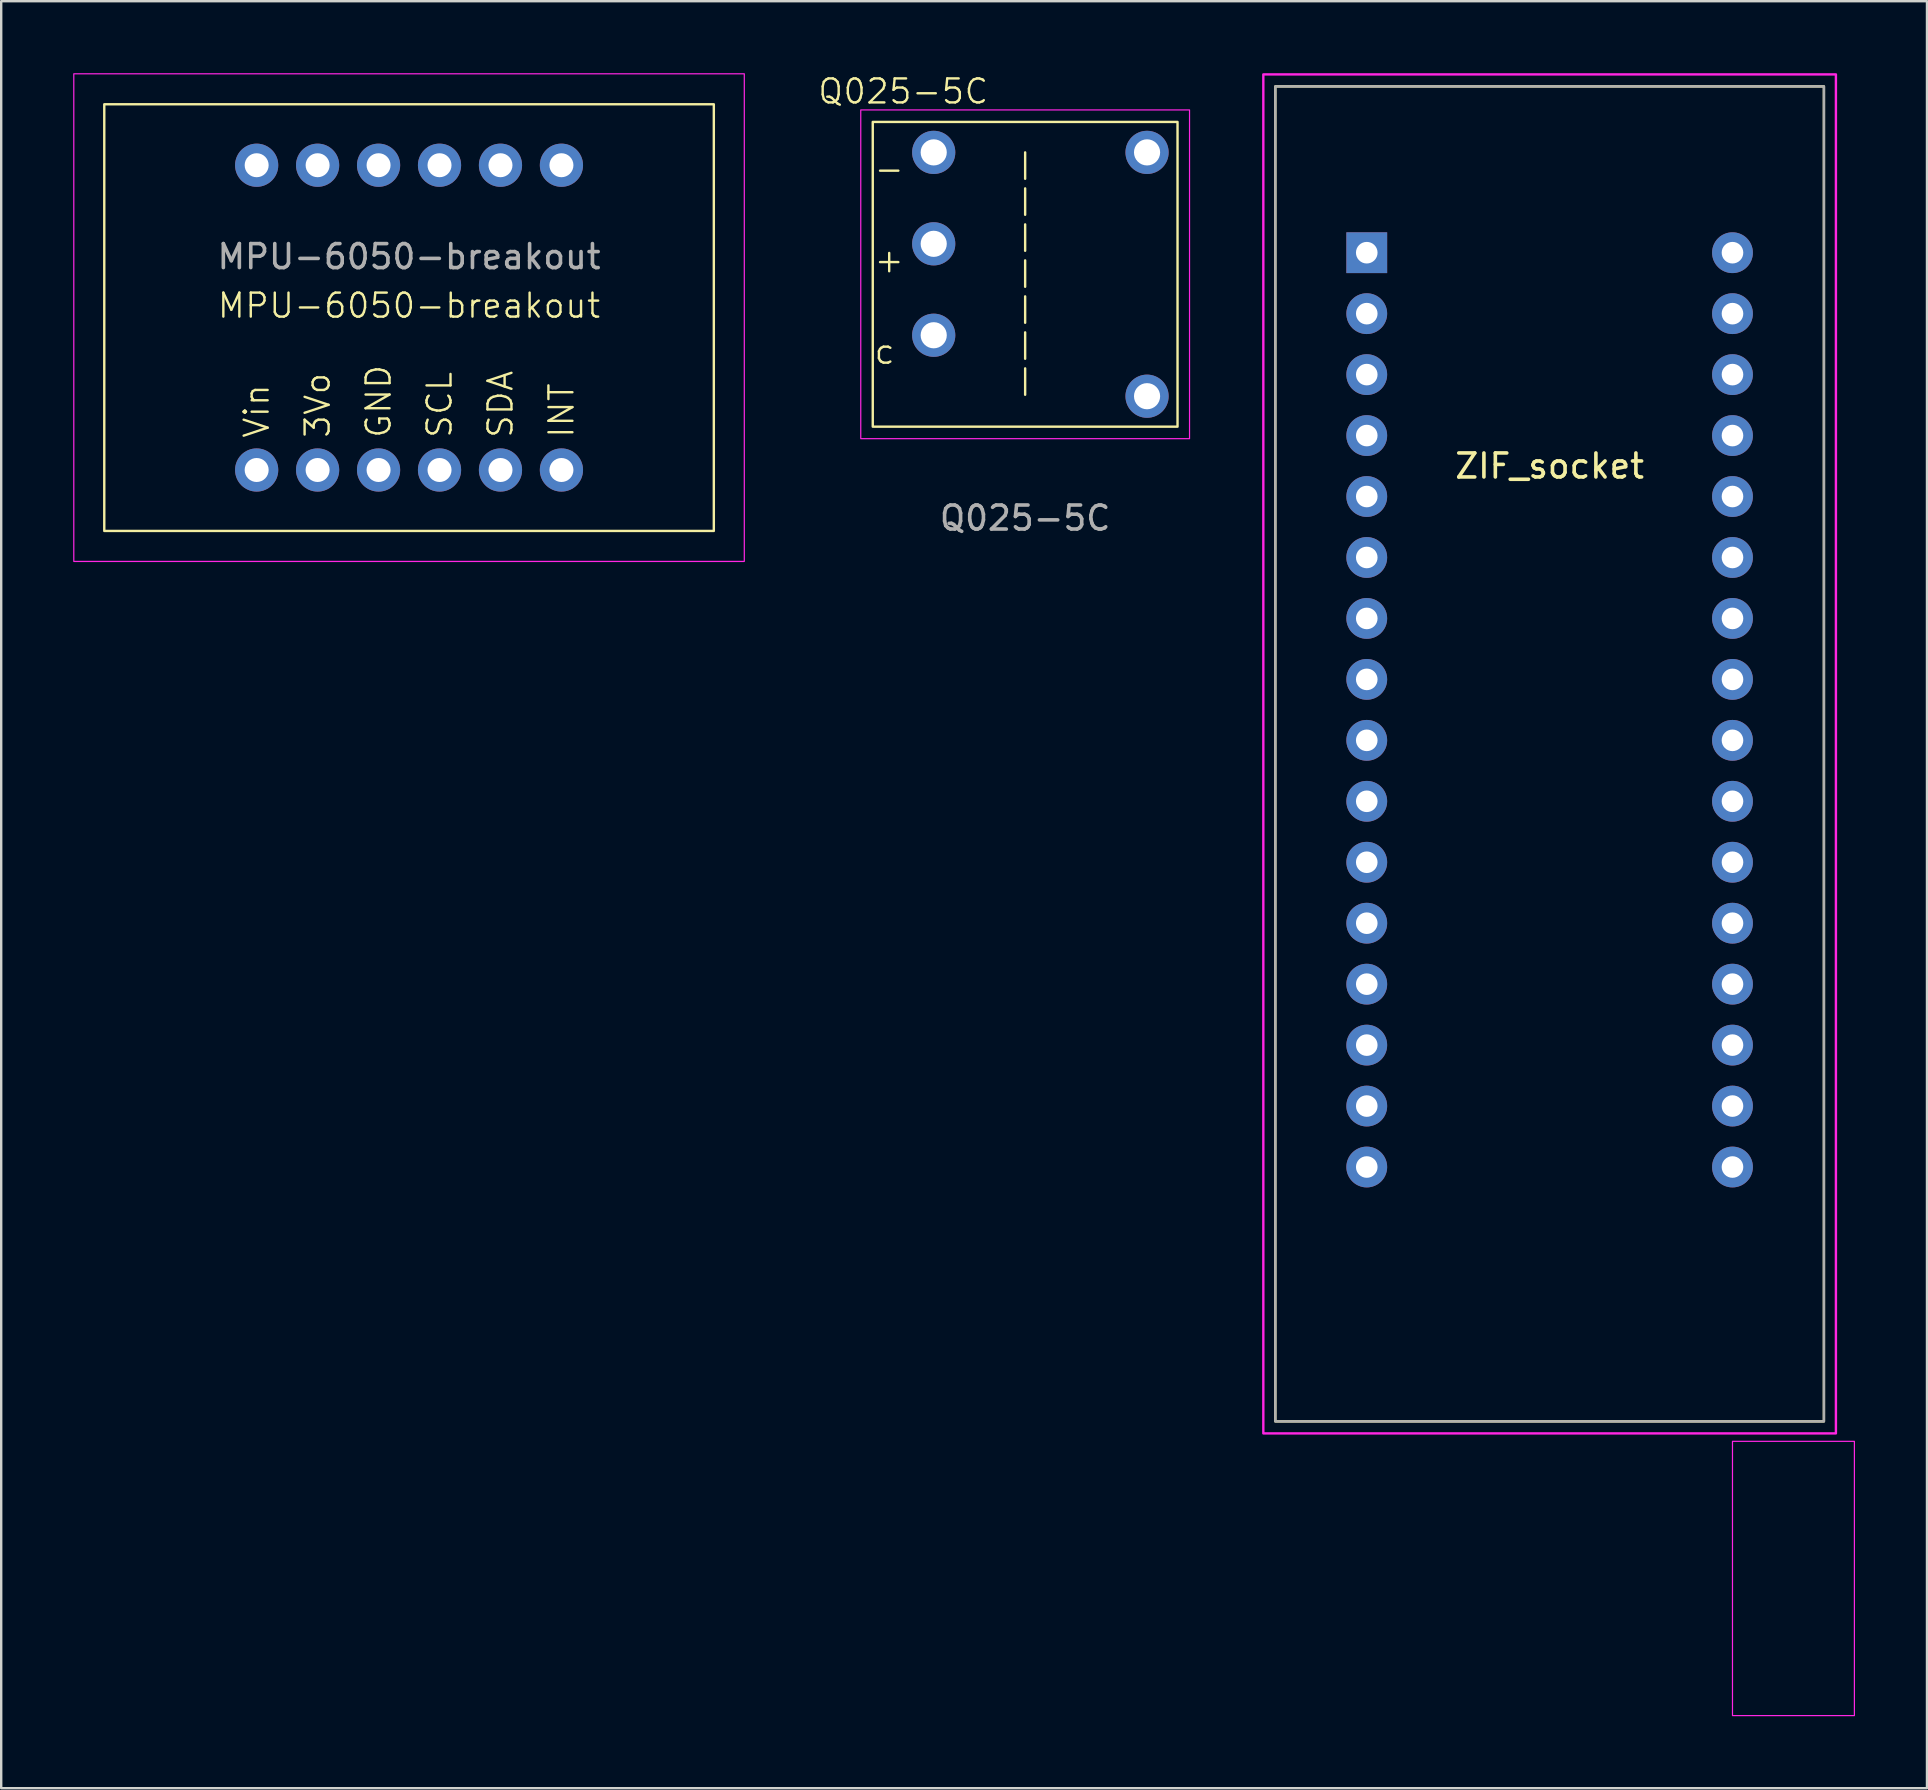
<source format=kicad_pcb>
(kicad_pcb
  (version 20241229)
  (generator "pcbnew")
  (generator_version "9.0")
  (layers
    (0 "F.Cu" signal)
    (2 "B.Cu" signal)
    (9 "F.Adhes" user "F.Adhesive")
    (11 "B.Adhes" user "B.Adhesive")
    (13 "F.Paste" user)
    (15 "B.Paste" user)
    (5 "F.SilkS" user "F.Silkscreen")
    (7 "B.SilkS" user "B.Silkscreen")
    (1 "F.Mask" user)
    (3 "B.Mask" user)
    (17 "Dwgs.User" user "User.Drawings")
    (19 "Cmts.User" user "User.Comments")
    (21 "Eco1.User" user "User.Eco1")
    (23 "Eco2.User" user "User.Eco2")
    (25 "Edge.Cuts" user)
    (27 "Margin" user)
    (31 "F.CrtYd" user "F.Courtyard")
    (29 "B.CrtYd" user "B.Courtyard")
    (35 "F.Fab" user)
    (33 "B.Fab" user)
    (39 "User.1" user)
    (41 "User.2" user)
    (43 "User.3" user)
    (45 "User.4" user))
  (footprint "ZIF_socket"
    (layer "F.Cu")
    (at 61.523 26.53)
    (property "Reference" "ZIF_socket" (at 0 -10.16 0) (layer "F.SilkS") (effects (font (size 1 1) (thickness 0.15))))
    (attr through_hole)
    (fp_rect (start -11.43 -25.98) (end 11.43 29.65) (stroke (width 0.1) (type default)) (fill no) (layer "F.SilkS"))
    (fp_rect (start -11.93 -26.48) (end 11.93 30.15) (stroke (width 0.1) (type default)) (fill no) (layer "F.CrtYd"))
    (fp_rect (start 7.62 30.48) (end 12.7 41.91) (stroke (width 0.05) (type default)) (fill no) (layer "F.CrtYd"))
    (fp_rect (start -11.43 -25.98) (end 11.43 29.65) (stroke (width 0.1) (type default)) (fill no) (layer "F.Fab"))
    (pad "1" thru_hole rect (at -7.62 -19.05) (size 1.7 1.7) (drill 0.9) (layers "*.Cu" "*.Mask"))
    (pad "2" thru_hole circle (at -7.62 -16.51) (size 1.7 1.7) (drill 0.9) (layers "*.Cu" "*.Mask"))
    (pad "3" thru_hole circle (at -7.62 -13.97) (size 1.7 1.7) (drill 0.9) (layers "*.Cu" "*.Mask"))
    (pad "4" thru_hole circle (at -7.62 -11.43) (size 1.7 1.7) (drill 0.9) (layers "*.Cu" "*.Mask"))
    (pad "5" thru_hole circle (at -7.62 -8.89) (size 1.7 1.7) (drill 0.9) (layers "*.Cu" "*.Mask"))
    (pad "6" thru_hole circle (at -7.62 -6.35) (size 1.7 1.7) (drill 0.9) (layers "*.Cu" "*.Mask"))
    (pad "7" thru_hole circle (at -7.62 -3.81) (size 1.7 1.7) (drill 0.9) (layers "*.Cu" "*.Mask"))
    (pad "8" thru_hole circle (at -7.62 -1.27) (size 1.7 1.7) (drill 0.9) (layers "*.Cu" "*.Mask"))
    (pad "9" thru_hole circle (at -7.62 1.27) (size 1.7 1.7) (drill 0.9) (layers "*.Cu" "*.Mask"))
    (pad "10" thru_hole circle (at -7.62 3.81) (size 1.7 1.7) (drill 0.9) (layers "*.Cu" "*.Mask"))
    (pad "11" thru_hole circle (at -7.62 6.35) (size 1.7 1.7) (drill 0.9) (layers "*.Cu" "*.Mask"))
    (pad "12" thru_hole circle (at -7.62 8.89) (size 1.7 1.7) (drill 0.9) (layers "*.Cu" "*.Mask"))
    (pad "13" thru_hole circle (at -7.62 11.43) (size 1.7 1.7) (drill 0.9) (layers "*.Cu" "*.Mask"))
    (pad "14" thru_hole circle (at -7.62 13.97) (size 1.7 1.7) (drill 0.9) (layers "*.Cu" "*.Mask"))
    (pad "15" thru_hole circle (at -7.62 16.51) (size 1.7 1.7) (drill 0.9) (layers "*.Cu" "*.Mask"))
    (pad "16" thru_hole circle (at -7.62 19.05) (size 1.7 1.7) (drill 0.9) (layers "*.Cu" "*.Mask"))
    (pad "17" thru_hole circle (at 7.62 19.05) (size 1.7 1.7) (drill 0.9) (layers "*.Cu" "*.Mask"))
    (pad "18" thru_hole circle (at 7.62 16.51) (size 1.7 1.7) (drill 0.9) (layers "*.Cu" "*.Mask"))
    (pad "19" thru_hole circle (at 7.62 13.97) (size 1.7 1.7) (drill 0.9) (layers "*.Cu" "*.Mask"))
    (pad "20" thru_hole circle (at 7.62 11.43) (size 1.7 1.7) (drill 0.9) (layers "*.Cu" "*.Mask"))
    (pad "21" thru_hole circle (at 7.62 8.89) (size 1.7 1.7) (drill 0.9) (layers "*.Cu" "*.Mask"))
    (pad "22" thru_hole circle (at 7.62 6.35) (size 1.7 1.7) (drill 0.9) (layers "*.Cu" "*.Mask"))
    (pad "23" thru_hole circle (at 7.62 3.81) (size 1.7 1.7) (drill 0.9) (layers "*.Cu" "*.Mask"))
    (pad "24" thru_hole circle (at 7.62 1.27) (size 1.7 1.7) (drill 0.9) (layers "*.Cu" "*.Mask"))
    (pad "25" thru_hole circle (at 7.62 -1.27) (size 1.7 1.7) (drill 0.9) (layers "*.Cu" "*.Mask"))
    (pad "26" thru_hole circle (at 7.62 -3.81) (size 1.7 1.7) (drill 0.9) (layers "*.Cu" "*.Mask"))
    (pad "27" thru_hole circle (at 7.62 -6.35) (size 1.7 1.7) (drill 0.9) (layers "*.Cu" "*.Mask"))
    (pad "28" thru_hole circle (at 7.62 -8.89) (size 1.7 1.7) (drill 0.9) (layers "*.Cu" "*.Mask"))
    (pad "29" thru_hole circle (at 7.62 -11.43) (size 1.7 1.7) (drill 0.9) (layers "*.Cu" "*.Mask"))
    (pad "30" thru_hole circle (at 7.62 -13.97) (size 1.7 1.7) (drill 0.9) (layers "*.Cu" "*.Mask"))
    (pad "31" thru_hole circle (at 7.62 -16.51) (size 1.7 1.7) (drill 0.9) (layers "*.Cu" "*.Mask"))
    (pad "32" thru_hole circle (at 7.62 -19.05) (size 1.7 1.7) (drill 0.9) (layers "*.Cu" "*.Mask")))
  (footprint "Q025-5C"
    (layer "F.Cu")
    (at 39.668 8.38)
    (property "Reference" "Q025-5C" (at -5.08 -7.62 0) (unlocked yes) (layer "F.SilkS") (effects (font (size 1 1) (thickness 0.1))))
    (attr through_hole)
    (fp_line (start 0 -5.08) (end 0 5.08) (stroke (width 0.1) (type dash)) (layer "F.SilkS"))
    (fp_rect (start -6.35 -6.35) (end 6.35 6.35) (stroke (width 0.1) (type default)) (fill no) (layer "F.SilkS"))
    (fp_rect (start -6.85 -6.85) (end 6.85 6.85) (stroke (width 0.05) (type default)) (fill no) (layer "F.CrtYd"))
    (fp_text user "-" (at -6.35 -3.81 0) (unlocked yes) (layer "F.SilkS") (effects (font (size 1 1) (thickness 0.1)) (justify left bottom)))
    (fp_text user "+" (at -6.35 0 0) (unlocked yes) (layer "F.SilkS") (effects (font (size 1 1) (thickness 0.1)) (justify left bottom)))
    (fp_text user "c" (at -6.35 3.81 0) (unlocked yes) (layer "F.SilkS") (effects (font (size 1 1) (thickness 0.1)) (justify left bottom)))
    (fp_text user "${REFERENCE}" (at 0 10.16 0) (unlocked yes) (layer "F.Fab") (effects (font (size 1 1) (thickness 0.15))))
    (pad "1" thru_hole circle (at -3.81 -5.08) (size 1.8 1.8) (drill 1.09) (layers "*.Cu" "*.Mask"))
    (pad "2" thru_hole circle (at -3.81 -1.27) (size 1.8 1.8) (drill 1.09) (layers "*.Cu" "*.Mask"))
    (pad "3" thru_hole circle (at 5.08 -5.08) (size 1.8 1.8) (drill 1.09) (layers "*.Cu" "*.Mask"))
    (pad "4" thru_hole circle (at 5.08 5.08) (size 1.8 1.8) (drill 1.09) (layers "*.Cu" "*.Mask"))
    (pad "6" thru_hole circle (at -3.81 2.54) (size 1.8 1.8) (drill 1.09) (layers "*.Cu" "*.Mask")))
  (footprint "MPU-6050-breakout"
    (layer "F.Cu")
    (at 13.995 10.185)
    (property "Reference" "MPU-6050-breakout" (at 0 -0.5 0) (unlocked yes) (layer "F.SilkS") (effects (font (size 1 1) (thickness 0.1))))
    (attr through_hole)
    (fp_rect (start -12.7 -8.89) (end 12.7 8.89) (stroke (width 0.1) (type default)) (fill no) (layer "F.SilkS"))
    (fp_rect (start -13.97 -10.16) (end 13.97 10.16) (stroke (width 0.05) (type default)) (fill no) (layer "F.CrtYd"))
    (fp_text user "Vin" (at -6.35 5.08 90) (unlocked yes) (layer "F.SilkS") (effects (font (size 1 1) (thickness 0.1)) (justify left)))
    (fp_text user "SDA" (at 3.81 5.08 90) (unlocked yes) (layer "F.SilkS") (effects (font (size 1 1) (thickness 0.1)) (justify left)))
    (fp_text user "GND" (at -1.27 5.08 90) (unlocked yes) (layer "F.SilkS") (effects (font (size 1 1) (thickness 0.1)) (justify left)))
    (fp_text user "INT" (at 6.35 5.08 90) (unlocked yes) (layer "F.SilkS") (effects (font (size 1 1) (thickness 0.1)) (justify left)))
    (fp_text user "3Vo" (at -3.81 5.08 90) (unlocked yes) (layer "F.SilkS") (effects (font (size 1 1) (thickness 0.1)) (justify left)))
    (fp_text user "SCL" (at 1.27 5.08 90) (unlocked yes) (layer "F.SilkS") (effects (font (size 1 1) (thickness 0.1)) (justify left)))
    (fp_text user "${REFERENCE}" (at 0 -2.54 0) (unlocked yes) (layer "F.Fab") (effects (font (size 1 1) (thickness 0.15))))
    (pad "" thru_hole circle (at -6.35 -6.35) (size 1.8 1.8) (drill 1) (layers "*.Cu" "*.Mask"))
    (pad "" thru_hole circle (at -3.81 -6.35) (size 1.8 1.8) (drill 1) (layers "*.Cu" "*.Mask"))
    (pad "" thru_hole circle (at -1.27 -6.35) (size 1.8 1.8) (drill 1) (layers "*.Cu" "*.Mask"))
    (pad "" thru_hole circle (at 1.27 -6.35) (size 1.8 1.8) (drill 1) (layers "*.Cu" "*.Mask"))
    (pad "" thru_hole circle (at 3.81 -6.35) (size 1.8 1.8) (drill 1) (layers "*.Cu" "*.Mask"))
    (pad "" thru_hole circle (at 6.35 -6.35) (size 1.8 1.8) (drill 1) (layers "*.Cu" "*.Mask"))
    (pad "1" thru_hole circle (at -6.35 6.35) (size 1.8 1.8) (drill 1) (layers "*.Cu" "*.Mask"))
    (pad "2" thru_hole circle (at -3.81 6.35) (size 1.8 1.8) (drill 1) (layers "*.Cu" "*.Mask"))
    (pad "3" thru_hole circle (at -1.27 6.35) (size 1.8 1.8) (drill 1) (layers "*.Cu" "*.Mask"))
    (pad "4" thru_hole circle (at 1.27 6.35) (size 1.8 1.8) (drill 1) (layers "*.Cu" "*.Mask"))
    (pad "5" thru_hole circle (at 3.81 6.35) (size 1.8 1.8) (drill 1) (layers "*.Cu" "*.Mask"))
    (pad "6" thru_hole circle (at 6.35 6.35) (size 1.8 1.8) (drill 1) (layers "*.Cu" "*.Mask")))
  (gr_rect
    (start -3 -3)
    (end 77.248 71.465)
    (stroke (width 0.1) (type default))
    (fill no)
    (layer "Edge.Cuts")))
</source>
